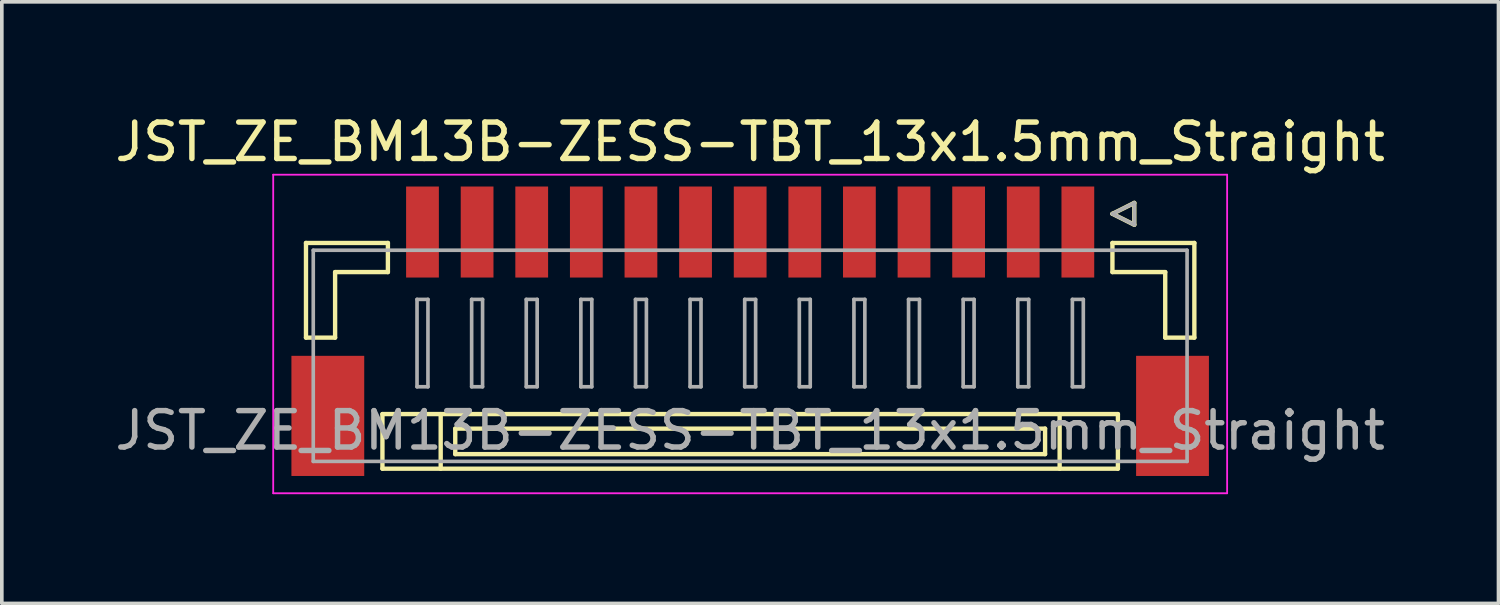
<source format=kicad_pcb>
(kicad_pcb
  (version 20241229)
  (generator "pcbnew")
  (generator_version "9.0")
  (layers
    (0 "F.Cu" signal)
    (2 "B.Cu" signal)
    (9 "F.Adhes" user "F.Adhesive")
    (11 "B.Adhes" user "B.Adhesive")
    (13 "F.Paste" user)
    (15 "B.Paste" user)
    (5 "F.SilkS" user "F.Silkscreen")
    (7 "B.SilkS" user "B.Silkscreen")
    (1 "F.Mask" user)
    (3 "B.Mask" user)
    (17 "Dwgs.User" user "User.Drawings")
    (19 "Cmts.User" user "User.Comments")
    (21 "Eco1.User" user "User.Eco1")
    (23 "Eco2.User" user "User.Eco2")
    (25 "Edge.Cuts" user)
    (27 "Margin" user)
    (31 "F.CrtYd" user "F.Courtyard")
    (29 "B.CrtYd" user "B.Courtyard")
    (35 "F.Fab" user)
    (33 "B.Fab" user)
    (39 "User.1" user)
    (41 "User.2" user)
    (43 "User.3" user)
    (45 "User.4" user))
  (footprint "JST_ZE_BM13B-ZESS-TBT_13x1.5mm_Straight"
    (layer "F.Cu")
    (at 17.554 5.848)
    (property "Reference" "JST_ZE_BM13B-ZESS-TBT_13x1.5mm_Straight" (at 0 -5 0) (layer "F.SilkS") (effects (font (size 1 1) (thickness 0.15))))
    (attr smd)
    (fp_line (start -12.2 -2.225) (end -12.2 0.375) (stroke (width 0.12) (type solid)) (layer "F.SilkS"))
    (fp_line (start -12.2 0.375) (end -11.4 0.375) (stroke (width 0.12) (type solid)) (layer "F.SilkS"))
    (fp_line (start -11.4 -1.425) (end -9.95 -1.425) (stroke (width 0.12) (type solid)) (layer "F.SilkS"))
    (fp_line (start -11.4 0.375) (end -11.4 -1.425) (stroke (width 0.12) (type solid)) (layer "F.SilkS"))
    (fp_line (start -10.1 2.475) (end -10.1 3.975) (stroke (width 0.12) (type solid)) (layer "F.SilkS"))
    (fp_line (start -10.1 3.975) (end 10.1 3.975) (stroke (width 0.12) (type solid)) (layer "F.SilkS"))
    (fp_line (start -9.95 -2.225) (end -12.2 -2.225) (stroke (width 0.12) (type solid)) (layer "F.SilkS"))
    (fp_line (start -9.95 -1.425) (end -9.95 -2.225) (stroke (width 0.12) (type solid)) (layer "F.SilkS"))
    (fp_line (start -8.5 2.475) (end -8.5 3.975) (stroke (width 0.12) (type solid)) (layer "F.SilkS"))
    (fp_line (start -8.1 2.875) (end -8.1 3.575) (stroke (width 0.12) (type solid)) (layer "F.SilkS"))
    (fp_line (start -8.1 3.575) (end 8.1 3.575) (stroke (width 0.12) (type solid)) (layer "F.SilkS"))
    (fp_line (start 8.1 2.875) (end -8.1 2.875) (stroke (width 0.12) (type solid)) (layer "F.SilkS"))
    (fp_line (start 8.1 3.575) (end 8.1 2.875) (stroke (width 0.12) (type solid)) (layer "F.SilkS"))
    (fp_line (start 8.5 2.475) (end 8.5 3.975) (stroke (width 0.12) (type solid)) (layer "F.SilkS"))
    (fp_line (start 9.95 -3.025) (end 10.55 -3.325) (stroke (width 0.12) (type solid)) (layer "F.SilkS"))
    (fp_line (start 9.95 -2.225) (end 12.2 -2.225) (stroke (width 0.12) (type solid)) (layer "F.SilkS"))
    (fp_line (start 9.95 -1.425) (end 9.95 -2.225) (stroke (width 0.12) (type solid)) (layer "F.SilkS"))
    (fp_line (start 10.1 2.475) (end -10.1 2.475) (stroke (width 0.12) (type solid)) (layer "F.SilkS"))
    (fp_line (start 10.1 3.975) (end 10.1 2.475) (stroke (width 0.12) (type solid)) (layer "F.SilkS"))
    (fp_line (start 10.55 -3.325) (end 10.55 -2.725) (stroke (width 0.12) (type solid)) (layer "F.SilkS"))
    (fp_line (start 10.55 -2.725) (end 9.95 -3.025) (stroke (width 0.12) (type solid)) (layer "F.SilkS"))
    (fp_line (start 11.4 -1.425) (end 9.95 -1.425) (stroke (width 0.12) (type solid)) (layer "F.SilkS"))
    (fp_line (start 11.4 0.375) (end 11.4 -1.425) (stroke (width 0.12) (type solid)) (layer "F.SilkS"))
    (fp_line (start 12.2 -2.225) (end 12.2 0.375) (stroke (width 0.12) (type solid)) (layer "F.SilkS"))
    (fp_line (start 12.2 0.375) (end 11.4 0.375) (stroke (width 0.12) (type solid)) (layer "F.SilkS"))
    (fp_line (start -13.1 -4.1) (end -13.1 4.65) (stroke (width 0.05) (type solid)) (layer "F.CrtYd"))
    (fp_line (start -13.1 4.65) (end 13.1 4.65) (stroke (width 0.05) (type solid)) (layer "F.CrtYd"))
    (fp_line (start 13.1 -4.1) (end -13.1 -4.1) (stroke (width 0.05) (type solid)) (layer "F.CrtYd"))
    (fp_line (start 13.1 4.65) (end 13.1 -4.1) (stroke (width 0.05) (type solid)) (layer "F.CrtYd"))
    (fp_line (start -12 -2.025) (end -12 3.775) (stroke (width 0.1) (type solid)) (layer "F.Fab"))
    (fp_line (start -12 3.775) (end 12 3.775) (stroke (width 0.1) (type solid)) (layer "F.Fab"))
    (fp_line (start -9.15 -0.675) (end -9.15 1.725) (stroke (width 0.1) (type solid)) (layer "F.Fab"))
    (fp_line (start -9.15 1.725) (end -8.85 1.725) (stroke (width 0.1) (type solid)) (layer "F.Fab"))
    (fp_line (start -8.85 -0.675) (end -9.15 -0.675) (stroke (width 0.1) (type solid)) (layer "F.Fab"))
    (fp_line (start -8.85 1.725) (end -8.85 -0.675) (stroke (width 0.1) (type solid)) (layer "F.Fab"))
    (fp_line (start -7.65 -0.675) (end -7.65 1.725) (stroke (width 0.1) (type solid)) (layer "F.Fab"))
    (fp_line (start -7.65 1.725) (end -7.35 1.725) (stroke (width 0.1) (type solid)) (layer "F.Fab"))
    (fp_line (start -7.35 -0.675) (end -7.65 -0.675) (stroke (width 0.1) (type solid)) (layer "F.Fab"))
    (fp_line (start -7.35 1.725) (end -7.35 -0.675) (stroke (width 0.1) (type solid)) (layer "F.Fab"))
    (fp_line (start -6.15 -0.675) (end -6.15 1.725) (stroke (width 0.1) (type solid)) (layer "F.Fab"))
    (fp_line (start -6.15 1.725) (end -5.85 1.725) (stroke (width 0.1) (type solid)) (layer "F.Fab"))
    (fp_line (start -5.85 -0.675) (end -6.15 -0.675) (stroke (width 0.1) (type solid)) (layer "F.Fab"))
    (fp_line (start -5.85 1.725) (end -5.85 -0.675) (stroke (width 0.1) (type solid)) (layer "F.Fab"))
    (fp_line (start -4.65 -0.675) (end -4.65 1.725) (stroke (width 0.1) (type solid)) (layer "F.Fab"))
    (fp_line (start -4.65 1.725) (end -4.35 1.725) (stroke (width 0.1) (type solid)) (layer "F.Fab"))
    (fp_line (start -4.35 -0.675) (end -4.65 -0.675) (stroke (width 0.1) (type solid)) (layer "F.Fab"))
    (fp_line (start -4.35 1.725) (end -4.35 -0.675) (stroke (width 0.1) (type solid)) (layer "F.Fab"))
    (fp_line (start -3.15 -0.675) (end -3.15 1.725) (stroke (width 0.1) (type solid)) (layer "F.Fab"))
    (fp_line (start -3.15 1.725) (end -2.85 1.725) (stroke (width 0.1) (type solid)) (layer "F.Fab"))
    (fp_line (start -2.85 -0.675) (end -3.15 -0.675) (stroke (width 0.1) (type solid)) (layer "F.Fab"))
    (fp_line (start -2.85 1.725) (end -2.85 -0.675) (stroke (width 0.1) (type solid)) (layer "F.Fab"))
    (fp_line (start -1.65 -0.675) (end -1.65 1.725) (stroke (width 0.1) (type solid)) (layer "F.Fab"))
    (fp_line (start -1.65 1.725) (end -1.35 1.725) (stroke (width 0.1) (type solid)) (layer "F.Fab"))
    (fp_line (start -1.35 -0.675) (end -1.65 -0.675) (stroke (width 0.1) (type solid)) (layer "F.Fab"))
    (fp_line (start -1.35 1.725) (end -1.35 -0.675) (stroke (width 0.1) (type solid)) (layer "F.Fab"))
    (fp_line (start -0.15 -0.675) (end -0.15 1.725) (stroke (width 0.1) (type solid)) (layer "F.Fab"))
    (fp_line (start -0.15 1.725) (end 0.15 1.725) (stroke (width 0.1) (type solid)) (layer "F.Fab"))
    (fp_line (start 0.15 -0.675) (end -0.15 -0.675) (stroke (width 0.1) (type solid)) (layer "F.Fab"))
    (fp_line (start 0.15 1.725) (end 0.15 -0.675) (stroke (width 0.1) (type solid)) (layer "F.Fab"))
    (fp_line (start 1.35 -0.675) (end 1.35 1.725) (stroke (width 0.1) (type solid)) (layer "F.Fab"))
    (fp_line (start 1.35 1.725) (end 1.65 1.725) (stroke (width 0.1) (type solid)) (layer "F.Fab"))
    (fp_line (start 1.65 -0.675) (end 1.35 -0.675) (stroke (width 0.1) (type solid)) (layer "F.Fab"))
    (fp_line (start 1.65 1.725) (end 1.65 -0.675) (stroke (width 0.1) (type solid)) (layer "F.Fab"))
    (fp_line (start 2.85 -0.675) (end 2.85 1.725) (stroke (width 0.1) (type solid)) (layer "F.Fab"))
    (fp_line (start 2.85 1.725) (end 3.15 1.725) (stroke (width 0.1) (type solid)) (layer "F.Fab"))
    (fp_line (start 3.15 -0.675) (end 2.85 -0.675) (stroke (width 0.1) (type solid)) (layer "F.Fab"))
    (fp_line (start 3.15 1.725) (end 3.15 -0.675) (stroke (width 0.1) (type solid)) (layer "F.Fab"))
    (fp_line (start 4.35 -0.675) (end 4.35 1.725) (stroke (width 0.1) (type solid)) (layer "F.Fab"))
    (fp_line (start 4.35 1.725) (end 4.65 1.725) (stroke (width 0.1) (type solid)) (layer "F.Fab"))
    (fp_line (start 4.65 -0.675) (end 4.35 -0.675) (stroke (width 0.1) (type solid)) (layer "F.Fab"))
    (fp_line (start 4.65 1.725) (end 4.65 -0.675) (stroke (width 0.1) (type solid)) (layer "F.Fab"))
    (fp_line (start 5.85 -0.675) (end 5.85 1.725) (stroke (width 0.1) (type solid)) (layer "F.Fab"))
    (fp_line (start 5.85 1.725) (end 6.15 1.725) (stroke (width 0.1) (type solid)) (layer "F.Fab"))
    (fp_line (start 6.15 -0.675) (end 5.85 -0.675) (stroke (width 0.1) (type solid)) (layer "F.Fab"))
    (fp_line (start 6.15 1.725) (end 6.15 -0.675) (stroke (width 0.1) (type solid)) (layer "F.Fab"))
    (fp_line (start 7.35 -0.675) (end 7.35 1.725) (stroke (width 0.1) (type solid)) (layer "F.Fab"))
    (fp_line (start 7.35 1.725) (end 7.65 1.725) (stroke (width 0.1) (type solid)) (layer "F.Fab"))
    (fp_line (start 7.65 -0.675) (end 7.35 -0.675) (stroke (width 0.1) (type solid)) (layer "F.Fab"))
    (fp_line (start 7.65 1.725) (end 7.65 -0.675) (stroke (width 0.1) (type solid)) (layer "F.Fab"))
    (fp_line (start 8.85 -0.675) (end 8.85 1.725) (stroke (width 0.1) (type solid)) (layer "F.Fab"))
    (fp_line (start 8.85 1.725) (end 9.15 1.725) (stroke (width 0.1) (type solid)) (layer "F.Fab"))
    (fp_line (start 9.15 -0.675) (end 8.85 -0.675) (stroke (width 0.1) (type solid)) (layer "F.Fab"))
    (fp_line (start 9.15 1.725) (end 9.15 -0.675) (stroke (width 0.1) (type solid)) (layer "F.Fab"))
    (fp_line (start 9.95 -3.025) (end 10.55 -3.325) (stroke (width 0.1) (type solid)) (layer "F.Fab"))
    (fp_line (start 10.55 -3.325) (end 10.55 -2.725) (stroke (width 0.1) (type solid)) (layer "F.Fab"))
    (fp_line (start 10.55 -2.725) (end 9.95 -3.025) (stroke (width 0.1) (type solid)) (layer "F.Fab"))
    (fp_line (start 12 -2.025) (end -12 -2.025) (stroke (width 0.1) (type solid)) (layer "F.Fab"))
    (fp_line (start 12 3.775) (end 12 -2.025) (stroke (width 0.1) (type solid)) (layer "F.Fab"))
    (fp_text user "${REFERENCE}" (at 0 2.925 0) (layer "F.Fab") (effects (font (size 1 1) (thickness 0.15))))
    (pad "" smd rect (at -11.6 2.525) (size 2 3.3) (layers "F.Cu" "F.Mask" "F.Paste"))
    (pad "" smd rect (at 11.6 2.525) (size 2 3.3) (layers "F.Cu" "F.Mask" "F.Paste"))
    (pad "1" smd rect (at 9 -2.525) (size 0.9 2.5) (layers "F.Cu" "F.Mask" "F.Paste"))
    (pad "2" smd rect (at 7.5 -2.525) (size 0.9 2.5) (layers "F.Cu" "F.Mask" "F.Paste"))
    (pad "3" smd rect (at 6 -2.525) (size 0.9 2.5) (layers "F.Cu" "F.Mask" "F.Paste"))
    (pad "4" smd rect (at 4.5 -2.525) (size 0.9 2.5) (layers "F.Cu" "F.Mask" "F.Paste"))
    (pad "5" smd rect (at 3 -2.525) (size 0.9 2.5) (layers "F.Cu" "F.Mask" "F.Paste"))
    (pad "6" smd rect (at 1.5 -2.525) (size 0.9 2.5) (layers "F.Cu" "F.Mask" "F.Paste"))
    (pad "7" smd rect (at 0 -2.525) (size 0.9 2.5) (layers "F.Cu" "F.Mask" "F.Paste"))
    (pad "8" smd rect (at -1.5 -2.525) (size 0.9 2.5) (layers "F.Cu" "F.Mask" "F.Paste"))
    (pad "9" smd rect (at -3 -2.525) (size 0.9 2.5) (layers "F.Cu" "F.Mask" "F.Paste"))
    (pad "10" smd rect (at -4.5 -2.525) (size 0.9 2.5) (layers "F.Cu" "F.Mask" "F.Paste"))
    (pad "11" smd rect (at -6 -2.525) (size 0.9 2.5) (layers "F.Cu" "F.Mask" "F.Paste"))
    (pad "12" smd rect (at -7.5 -2.525) (size 0.9 2.5) (layers "F.Cu" "F.Mask" "F.Paste"))
    (pad "13" smd rect (at -9 -2.525) (size 0.9 2.5) (layers "F.Cu" "F.Mask" "F.Paste")))
  (gr_rect
    (start -3 -3)
    (end 38.107 13.523)
    (stroke (width 0.1) (type default))
    (fill no)
    (layer "Edge.Cuts")))
</source>
